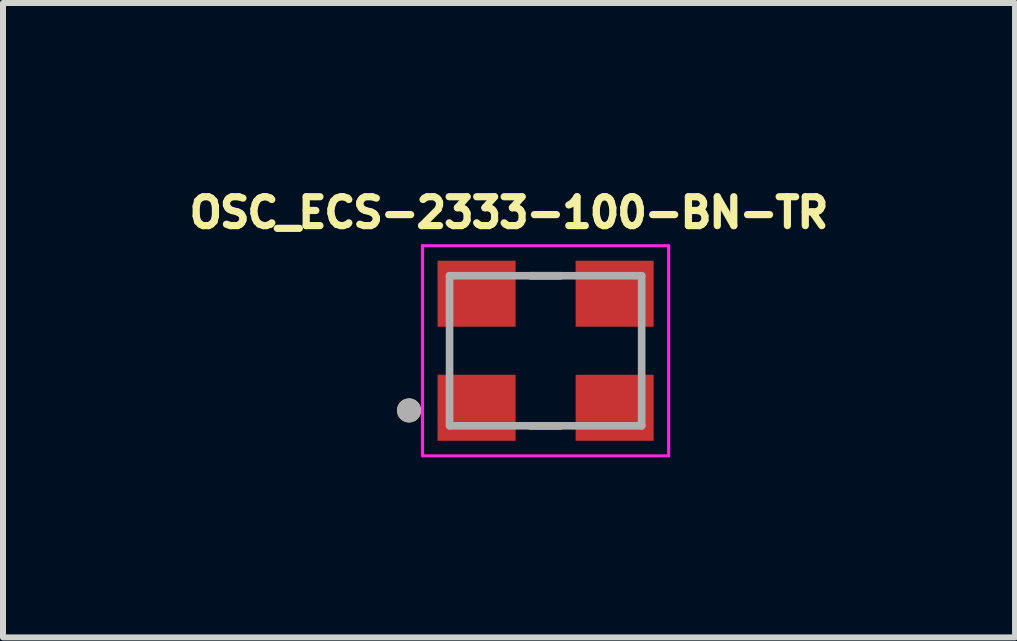
<source format=kicad_pcb>
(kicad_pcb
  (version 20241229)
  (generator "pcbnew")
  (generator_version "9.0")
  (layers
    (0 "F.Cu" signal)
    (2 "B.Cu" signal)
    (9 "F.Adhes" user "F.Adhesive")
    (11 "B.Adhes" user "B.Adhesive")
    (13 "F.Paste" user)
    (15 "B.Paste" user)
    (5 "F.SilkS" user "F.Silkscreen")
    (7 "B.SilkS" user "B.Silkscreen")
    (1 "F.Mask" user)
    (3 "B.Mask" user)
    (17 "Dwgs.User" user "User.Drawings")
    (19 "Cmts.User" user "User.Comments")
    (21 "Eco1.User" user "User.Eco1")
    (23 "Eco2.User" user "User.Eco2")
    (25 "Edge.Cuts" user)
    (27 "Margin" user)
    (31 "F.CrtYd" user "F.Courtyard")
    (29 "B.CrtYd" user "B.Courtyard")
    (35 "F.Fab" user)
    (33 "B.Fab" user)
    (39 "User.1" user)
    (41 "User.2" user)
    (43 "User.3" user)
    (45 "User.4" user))
  (footprint "OSC_ECS-2333-100-BN-TR"
    (layer "F.Cu")
    (at 6.039 2.793)
    (property "Reference" "OSC_ECS-2333-100-BN-TR" (at -0.61 -2.301 0) (layer "F.SilkS") (effects (font (size 0.481 0.481) (thickness 0.15))))
    (attr smd)
    (fp_line (start -0.25 -1.25) (end 0.25 -1.25) (stroke (width 0.127) (type solid)) (layer "F.SilkS"))
    (fp_line (start -0.25 1.25) (end 0.25 1.25) (stroke (width 0.127) (type solid)) (layer "F.SilkS"))
    (fp_circle (center -2.275 0.994) (end -2.175 0.994) (stroke (width 0.2) (type solid)) (fill no) (layer "F.SilkS"))
    (fp_line (start -2.05 -1.75) (end 2.05 -1.75) (stroke (width 0.05) (type solid)) (layer "F.CrtYd"))
    (fp_line (start -2.05 1.75) (end -2.05 -1.75) (stroke (width 0.05) (type solid)) (layer "F.CrtYd"))
    (fp_line (start 2.05 -1.75) (end 2.05 1.75) (stroke (width 0.05) (type solid)) (layer "F.CrtYd"))
    (fp_line (start 2.05 1.75) (end -2.05 1.75) (stroke (width 0.05) (type solid)) (layer "F.CrtYd"))
    (fp_line (start -1.6 -1.25) (end 1.6 -1.25) (stroke (width 0.127) (type solid)) (layer "F.Fab"))
    (fp_line (start -1.6 1.25) (end -1.6 -1.25) (stroke (width 0.127) (type solid)) (layer "F.Fab"))
    (fp_line (start 1.6 -1.25) (end 1.6 1.25) (stroke (width 0.127) (type solid)) (layer "F.Fab"))
    (fp_line (start 1.6 1.25) (end -1.6 1.25) (stroke (width 0.127) (type solid)) (layer "F.Fab"))
    (fp_circle (center -2.275 0.994) (end -2.175 0.994) (stroke (width 0.2) (type solid)) (fill no) (layer "F.Fab"))
    (pad "1" smd rect (at -1.15 0.95 90) (size 1.1 1.3) (layers "F.Cu" "F.Mask" "F.Paste"))
    (pad "2" smd rect (at 1.15 0.95 90) (size 1.1 1.3) (layers "F.Cu" "F.Mask" "F.Paste"))
    (pad "3" smd rect (at 1.15 -0.95 90) (size 1.1 1.3) (layers "F.Cu" "F.Mask" "F.Paste"))
    (pad "4" smd rect (at -1.15 -0.95 90) (size 1.1 1.3) (layers "F.Cu" "F.Mask" "F.Paste")))
  (gr_rect
    (start -3 -3)
    (end 13.859 7.568)
    (stroke (width 0.1) (type default))
    (fill no)
    (layer "Edge.Cuts")))
</source>
